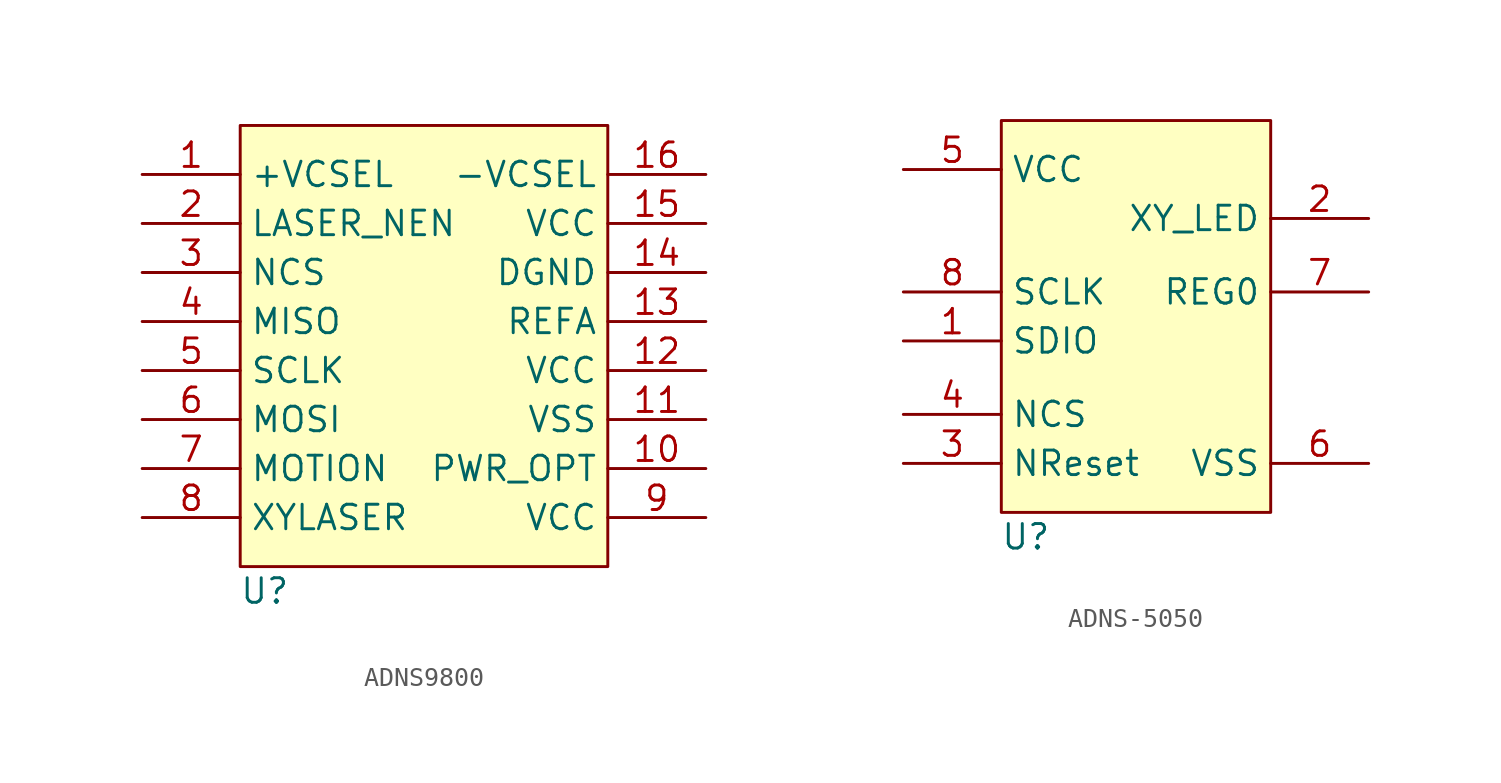
<source format=kicad_sym>
(kicad_symbol_lib
  (version 20220914)
  (generator kicad_symbol_editor)
  (symbol "ADNS9800"
    (property "Reference" "U"
      (at -8.89 -11.43 0)
      (effects (font (size 1.27 1.27))))
    (property "Value" ""
      (at 0 0 0)
      (effects (font (size 1.27 1.27))))
    (symbol "ADNS9800_1_1"
      (rectangle (start -10.16 12.7) (end 8.89 -10.16) (stroke (width 0) (type default)) (fill (type background)))
      (pin input line (at -15.24 10.16 0) (length 5.08) (name "+VCSEL" (effects (font (size 1.27 1.27)))) (number "1" (effects (font (size 1.27 1.27)))))
      (pin input line (at 13.97 -5.08 180) (length 5.08) (name "PWR_OPT" (effects (font (size 1.27 1.27)))) (number "10" (effects (font (size 1.27 1.27)))))
      (pin input line (at 13.97 -2.54 180) (length 5.08) (name "VSS" (effects (font (size 1.27 1.27)))) (number "11" (effects (font (size 1.27 1.27)))))
      (pin input line (at 13.97 0 180) (length 5.08) (name "VCC" (effects (font (size 1.27 1.27)))) (number "12" (effects (font (size 1.27 1.27)))))
      (pin input line (at 13.97 2.54 180) (length 5.08) (name "REFA" (effects (font (size 1.27 1.27)))) (number "13" (effects (font (size 1.27 1.27)))))
      (pin input line (at 13.97 5.08 180) (length 5.08) (name "DGND" (effects (font (size 1.27 1.27)))) (number "14" (effects (font (size 1.27 1.27)))))
      (pin input line (at 13.97 7.62 180) (length 5.08) (name "VCC" (effects (font (size 1.27 1.27)))) (number "15" (effects (font (size 1.27 1.27)))))
      (pin input line (at 13.97 10.16 180) (length 5.08) (name "-VCSEL" (effects (font (size 1.27 1.27)))) (number "16" (effects (font (size 1.27 1.27)))))
      (pin input line (at -15.24 7.62 0) (length 5.08) (name "LASER_NEN" (effects (font (size 1.27 1.27)))) (number "2" (effects (font (size 1.27 1.27)))))
      (pin input line (at -15.24 5.08 0) (length 5.08) (name "NCS" (effects (font (size 1.27 1.27)))) (number "3" (effects (font (size 1.27 1.27)))))
      (pin input line (at -15.24 2.54 0) (length 5.08) (name "MISO" (effects (font (size 1.27 1.27)))) (number "4" (effects (font (size 1.27 1.27)))))
      (pin input line (at -15.24 0 0) (length 5.08) (name "SCLK" (effects (font (size 1.27 1.27)))) (number "5" (effects (font (size 1.27 1.27)))))
      (pin input line (at -15.24 -2.54 0) (length 5.08) (name "MOSI" (effects (font (size 1.27 1.27)))) (number "6" (effects (font (size 1.27 1.27)))))
      (pin input line (at -15.24 -5.08 0) (length 5.08) (name "MOTION" (effects (font (size 1.27 1.27)))) (number "7" (effects (font (size 1.27 1.27)))))
      (pin input line (at -15.24 -7.62 0) (length 5.08) (name "XYLASER" (effects (font (size 1.27 1.27)))) (number "8" (effects (font (size 1.27 1.27)))))
      (pin input line (at 13.97 -7.62 180) (length 5.08) (name "VCC" (effects (font (size 1.27 1.27)))) (number "9" (effects (font (size 1.27 1.27)))))))
  (symbol "ADNS-5050"
    (property "Reference" "U"
      (at -5.08 -11.43 0)
      (effects (font (size 1.27 1.27))))
    (property "Value" ""
      (at 0 0 0)
      (effects (font (size 1.27 1.27))))
    (symbol "ADNS-5050_1_1"
      (rectangle (start -6.35 10.16) (end 7.62 -10.16) (stroke (width 0) (type default)) (fill (type background)))
      (pin input line (at -11.43 -1.27 0) (length 5.08) (name "SDIO" (effects (font (size 1.27 1.27)))) (number "1" (effects (font (size 1.27 1.27)))))
      (pin input line (at 12.7 5.08 180) (length 5.08) (name "XY_LED" (effects (font (size 1.27 1.27)))) (number "2" (effects (font (size 1.27 1.27)))))
      (pin input line (at -11.43 -7.62 0) (length 5.08) (name "NReset" (effects (font (size 1.27 1.27)))) (number "3" (effects (font (size 1.27 1.27)))))
      (pin input line (at -11.43 -5.08 0) (length 5.08) (name "NCS" (effects (font (size 1.27 1.27)))) (number "4" (effects (font (size 1.27 1.27)))))
      (pin input line (at -11.43 7.62 0) (length 5.08) (name "VCC" (effects (font (size 1.27 1.27)))) (number "5" (effects (font (size 1.27 1.27)))))
      (pin input line (at 12.7 -7.62 180) (length 5.08) (name "VSS" (effects (font (size 1.27 1.27)))) (number "6" (effects (font (size 1.27 1.27)))))
      (pin input line (at 12.7 1.27 180) (length 5.08) (name "REG0" (effects (font (size 1.27 1.27)))) (number "7" (effects (font (size 1.27 1.27)))))
      (pin input line (at -11.43 1.27 0) (length 5.08) (name "SCLK" (effects (font (size 1.27 1.27)))) (number "8" (effects (font (size 1.27 1.27))))))))
</source>
